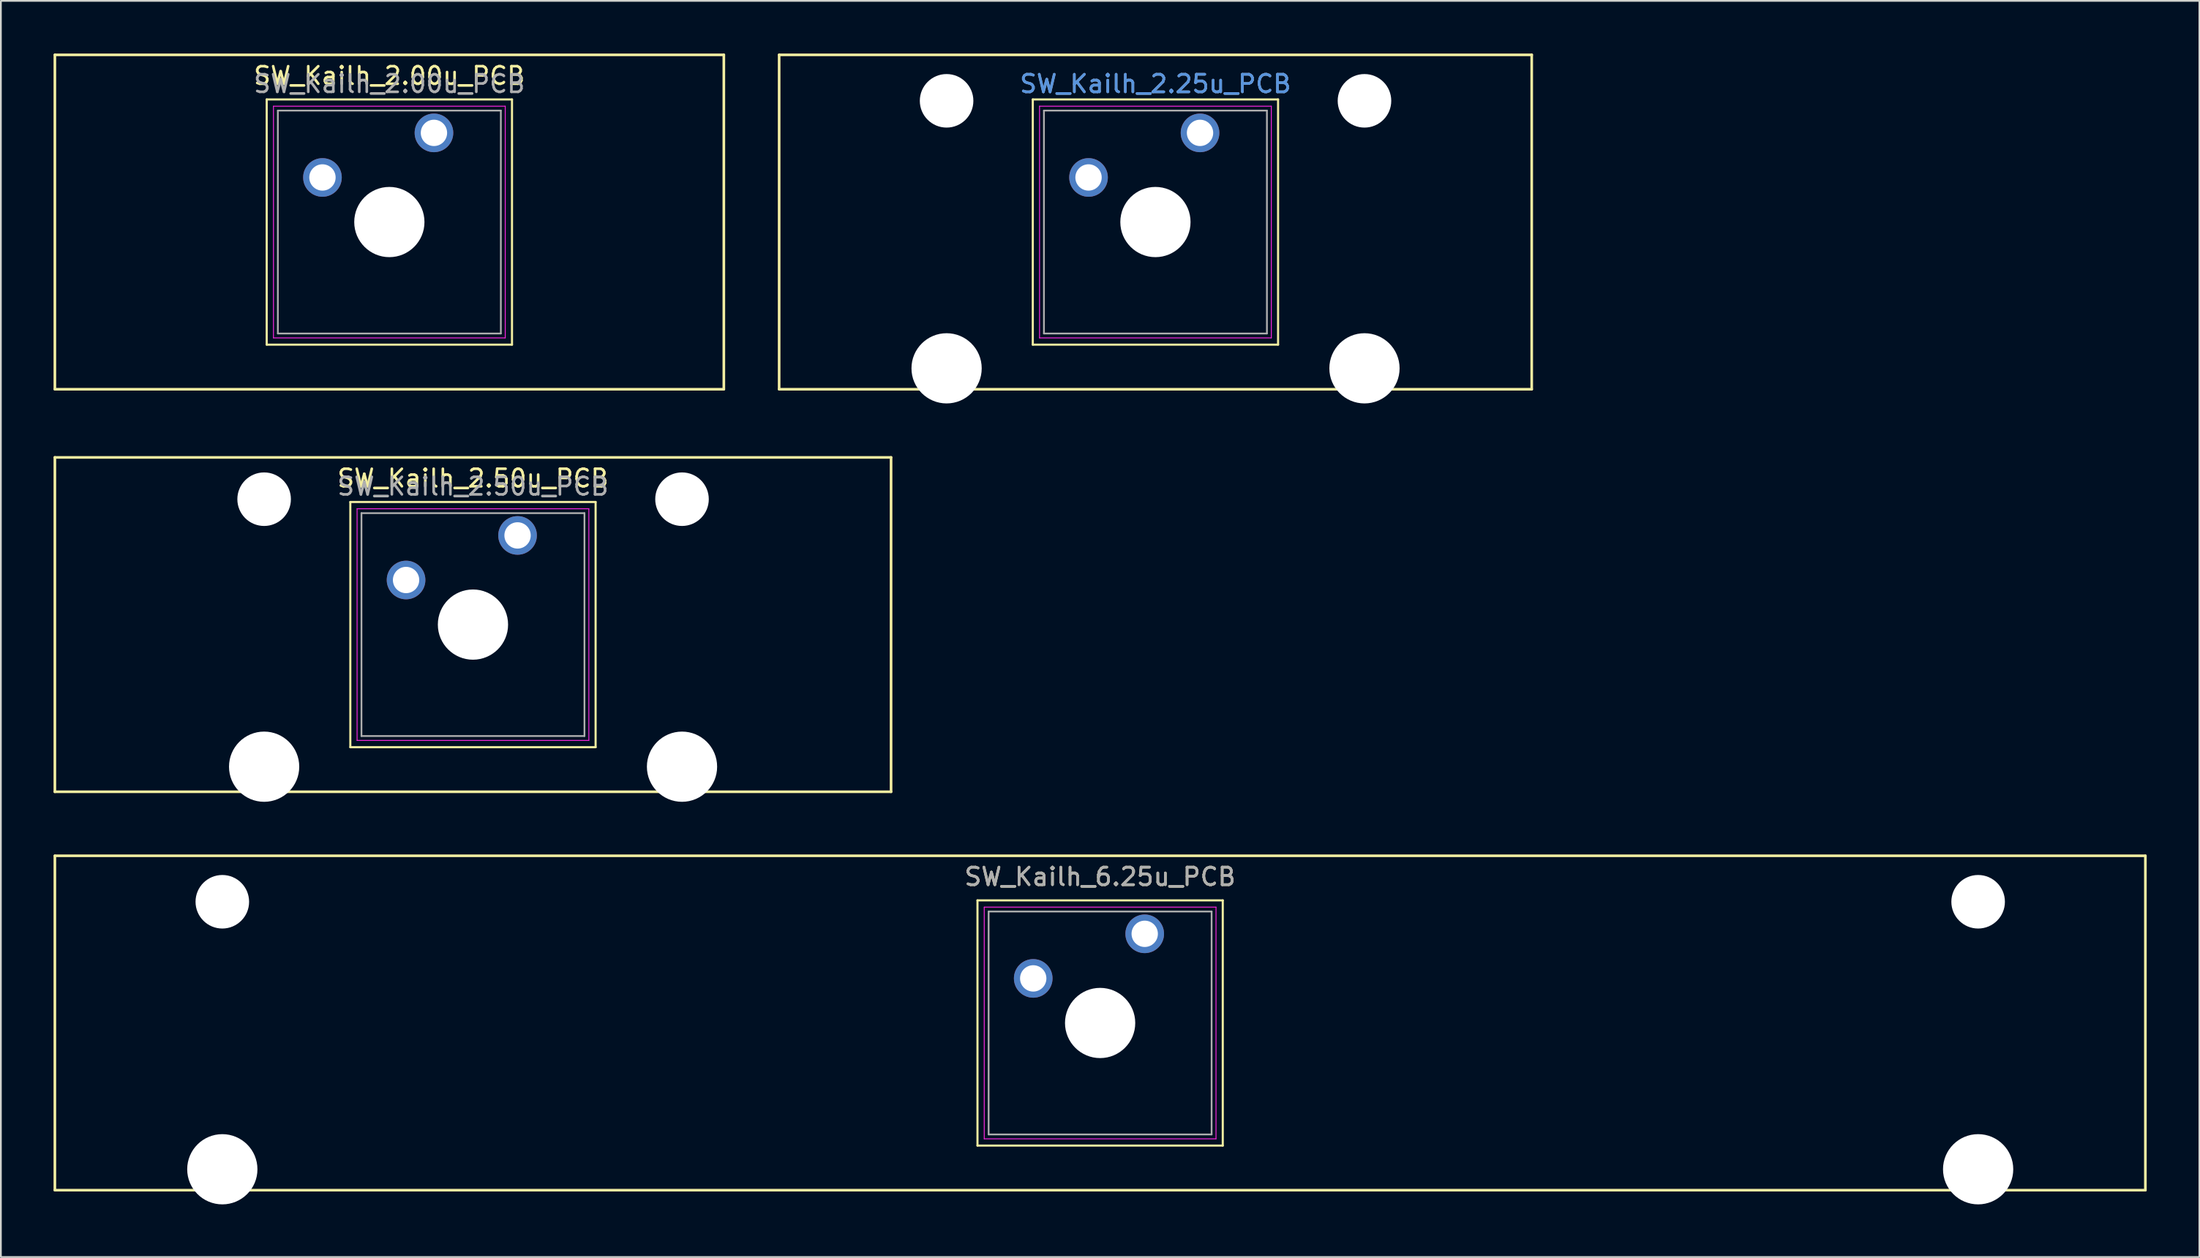
<source format=kicad_pcb>
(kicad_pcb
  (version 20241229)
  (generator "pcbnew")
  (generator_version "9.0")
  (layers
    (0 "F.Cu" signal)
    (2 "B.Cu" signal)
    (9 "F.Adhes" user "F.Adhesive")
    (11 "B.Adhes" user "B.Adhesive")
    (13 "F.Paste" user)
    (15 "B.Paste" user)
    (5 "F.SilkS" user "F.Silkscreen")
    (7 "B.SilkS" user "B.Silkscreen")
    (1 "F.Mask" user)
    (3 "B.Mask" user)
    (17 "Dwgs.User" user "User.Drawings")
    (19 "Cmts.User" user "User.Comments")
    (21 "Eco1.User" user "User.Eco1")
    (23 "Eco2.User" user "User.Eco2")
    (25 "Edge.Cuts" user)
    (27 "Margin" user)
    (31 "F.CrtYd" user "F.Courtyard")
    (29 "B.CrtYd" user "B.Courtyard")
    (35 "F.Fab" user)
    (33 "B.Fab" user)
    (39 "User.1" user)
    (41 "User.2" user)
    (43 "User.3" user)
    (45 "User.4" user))
  (footprint "SW_Kailh_6.25u_PCB"
    (layer "F.Cu")
    (at 59.606 55.231)
    (property "Reference" "SW_Kailh_6.25u_PCB" (at 0 -8.334 0) (unlocked yes) (layer "F.SilkS") (effects (font (size 1 1) (thickness 0.15))))
    (attr through_hole)
    (fp_line (start -59.531 -9.525) (end 59.531 -9.525) (stroke (width 0.15) (type solid)) (layer "F.SilkS"))
    (fp_line (start -59.531 9.525) (end -59.531 -9.525) (stroke (width 0.15) (type solid)) (layer "F.SilkS"))
    (fp_line (start -59.531 9.525) (end 59.531 9.525) (stroke (width 0.15) (type solid)) (layer "F.SilkS"))
    (fp_line (start -6.985 -6.985) (end 6.985 -6.985) (stroke (width 0.12) (type solid)) (layer "F.SilkS"))
    (fp_line (start -6.985 6.985) (end -6.985 -6.985) (stroke (width 0.12) (type solid)) (layer "F.SilkS"))
    (fp_line (start 6.985 -6.985) (end 6.985 6.985) (stroke (width 0.12) (type solid)) (layer "F.SilkS"))
    (fp_line (start 6.985 6.985) (end -6.985 6.985) (stroke (width 0.12) (type solid)) (layer "F.SilkS"))
    (fp_line (start 59.531 -9.525) (end 59.531 9.525) (stroke (width 0.15) (type solid)) (layer "F.SilkS"))
    (fp_line (start -6.6 -6.6) (end 6.6 -6.6) (stroke (width 0.05) (type solid)) (layer "F.CrtYd"))
    (fp_line (start -6.6 6.6) (end -6.6 -6.6) (stroke (width 0.05) (type solid)) (layer "F.CrtYd"))
    (fp_line (start 6.6 -6.6) (end 6.6 6.6) (stroke (width 0.05) (type solid)) (layer "F.CrtYd"))
    (fp_line (start 6.6 6.6) (end -6.6 6.6) (stroke (width 0.05) (type solid)) (layer "F.CrtYd"))
    (fp_line (start -6.35 -6.35) (end 6.35 -6.35) (stroke (width 0.1) (type solid)) (layer "F.Fab"))
    (fp_line (start -6.35 6.35) (end -6.35 -6.35) (stroke (width 0.1) (type solid)) (layer "F.Fab"))
    (fp_line (start 6.35 -6.35) (end 6.35 6.35) (stroke (width 0.1) (type solid)) (layer "F.Fab"))
    (fp_line (start 6.35 6.35) (end -6.35 6.35) (stroke (width 0.1) (type solid)) (layer "F.Fab"))
    (fp_text user "${REFERENCE}" (at 0 -8.334 0) (unlocked yes) (layer "F.Fab") (effects (font (size 1 1) (thickness 0.15))))
    (pad "" np_thru_hole circle (at -49.994 -6.906) (size 3.05 3.05) (drill 3.05) (layers "*.Cu" "*.Mask"))
    (pad "" np_thru_hole circle (at -49.994 8.334) (size 4 4) (drill 4) (layers "*.Cu" "*.Mask"))
    (pad "" np_thru_hole circle (at 0 0) (size 4 4) (drill 4) (layers "*.Cu" "*.Mask"))
    (pad "" np_thru_hole circle (at 50.006 -6.906) (size 3.05 3.05) (drill 3.05) (layers "*.Cu" "*.Mask"))
    (pad "" np_thru_hole circle (at 50.006 8.334) (size 4 4) (drill 4) (layers "*.Cu" "*.Mask"))
    (pad "1" thru_hole circle (at 2.54 -5.08) (size 2.2 2.2) (drill 1.5) (layers "*.Cu" "*.Mask"))
    (pad "2" thru_hole circle (at -3.81 -2.54) (size 2.2 2.2) (drill 1.5) (layers "*.Cu" "*.Mask")))
  (footprint "SW_Kailh_2.50u_PCB"
    (layer "F.Cu")
    (at 23.887 32.534)
    (property "Reference" "SW_Kailh_2.50u_PCB" (at 0 -8.334 0) (unlocked yes) (layer "F.SilkS") (effects (font (size 1 1) (thickness 0.15))))
    (attr through_hole)
    (fp_line (start -23.812 -9.525) (end 23.812 -9.525) (stroke (width 0.15) (type solid)) (layer "F.SilkS"))
    (fp_line (start -23.812 9.525) (end -23.812 -9.525) (stroke (width 0.15) (type solid)) (layer "F.SilkS"))
    (fp_line (start -6.985 -6.985) (end 6.985 -6.985) (stroke (width 0.12) (type solid)) (layer "F.SilkS"))
    (fp_line (start -6.985 6.985) (end -6.985 -6.985) (stroke (width 0.12) (type solid)) (layer "F.SilkS"))
    (fp_line (start 6.985 -6.985) (end 6.985 6.985) (stroke (width 0.12) (type solid)) (layer "F.SilkS"))
    (fp_line (start 6.985 6.985) (end -6.985 6.985) (stroke (width 0.12) (type solid)) (layer "F.SilkS"))
    (fp_line (start 23.812 -9.525) (end 23.812 9.525) (stroke (width 0.15) (type solid)) (layer "F.SilkS"))
    (fp_line (start 23.812 9.525) (end -23.812 9.525) (stroke (width 0.15) (type solid)) (layer "F.SilkS"))
    (fp_line (start -6.6 -6.6) (end 6.6 -6.6) (stroke (width 0.05) (type solid)) (layer "F.CrtYd"))
    (fp_line (start -6.6 6.6) (end -6.6 -6.6) (stroke (width 0.05) (type solid)) (layer "F.CrtYd"))
    (fp_line (start 6.6 -6.6) (end 6.6 6.6) (stroke (width 0.05) (type solid)) (layer "F.CrtYd"))
    (fp_line (start 6.6 6.6) (end -6.6 6.6) (stroke (width 0.05) (type solid)) (layer "F.CrtYd"))
    (fp_line (start -6.35 -6.35) (end 6.35 -6.35) (stroke (width 0.1) (type solid)) (layer "F.Fab"))
    (fp_line (start -6.35 6.35) (end -6.35 -6.35) (stroke (width 0.1) (type solid)) (layer "F.Fab"))
    (fp_line (start 6.35 -6.35) (end 6.35 6.35) (stroke (width 0.1) (type solid)) (layer "F.Fab"))
    (fp_line (start 6.35 6.35) (end -6.35 6.35) (stroke (width 0.1) (type solid)) (layer "F.Fab"))
    (fp_text user "${REFERENCE}" (at 0 -7.874 0) (layer "F.Fab") (effects (font (size 1 1) (thickness 0.15))))
    (pad "" np_thru_hole circle (at -11.894 -7.144) (size 3.05 3.05) (drill 3.05) (layers "*.Cu" "*.Mask"))
    (pad "" np_thru_hole circle (at -11.894 8.096) (size 4 4) (drill 4) (layers "*.Cu" "*.Mask"))
    (pad "" np_thru_hole circle (at 0 0) (size 4 4) (drill 4) (layers "*.Cu" "*.Mask"))
    (pad "" np_thru_hole circle (at 11.906 -7.144) (size 3.05 3.05) (drill 3.05) (layers "*.Cu" "*.Mask"))
    (pad "" np_thru_hole circle (at 11.906 8.096) (size 4 4) (drill 4) (layers "*.Cu" "*.Mask"))
    (pad "1" thru_hole circle (at 2.54 -5.08) (size 2.2 2.2) (drill 1.5) (layers "*.Cu" "*.Mask"))
    (pad "2" thru_hole circle (at -3.81 -2.54) (size 2.2 2.2) (drill 1.5) (layers "*.Cu" "*.Mask")))
  (footprint "SW_Kailh_2.25u_PCB"
    (layer "F.Cu")
    (at 62.756 9.6)
    (property "Reference" "SW_Kailh_2.25u_PCB" (at 0 -7.874 0) (layer "Cmts.User") (effects (font (size 1 1) (thickness 0.15))))
    (attr through_hole)
    (fp_line (start -21.431 -9.525) (end 21.431 -9.525) (stroke (width 0.15) (type solid)) (layer "F.SilkS"))
    (fp_line (start -21.431 9.525) (end -21.431 -9.525) (stroke (width 0.15) (type solid)) (layer "F.SilkS"))
    (fp_line (start -6.985 -6.985) (end 6.985 -6.985) (stroke (width 0.12) (type solid)) (layer "F.SilkS"))
    (fp_line (start -6.985 6.985) (end -6.985 -6.985) (stroke (width 0.12) (type solid)) (layer "F.SilkS"))
    (fp_line (start 6.985 -6.985) (end 6.985 6.985) (stroke (width 0.12) (type solid)) (layer "F.SilkS"))
    (fp_line (start 6.985 6.985) (end -6.985 6.985) (stroke (width 0.12) (type solid)) (layer "F.SilkS"))
    (fp_line (start 21.431 -9.525) (end 21.431 9.525) (stroke (width 0.15) (type solid)) (layer "F.SilkS"))
    (fp_line (start 21.431 9.525) (end -21.431 9.525) (stroke (width 0.15) (type solid)) (layer "F.SilkS"))
    (fp_line (start -6.6 -6.6) (end 6.6 -6.6) (stroke (width 0.05) (type solid)) (layer "F.CrtYd"))
    (fp_line (start -6.6 6.6) (end -6.6 -6.6) (stroke (width 0.05) (type solid)) (layer "F.CrtYd"))
    (fp_line (start 6.6 -6.6) (end 6.6 6.6) (stroke (width 0.05) (type solid)) (layer "F.CrtYd"))
    (fp_line (start 6.6 6.6) (end -6.6 6.6) (stroke (width 0.05) (type solid)) (layer "F.CrtYd"))
    (fp_line (start -6.35 -6.35) (end 6.35 -6.35) (stroke (width 0.1) (type solid)) (layer "F.Fab"))
    (fp_line (start -6.35 6.35) (end -6.35 -6.35) (stroke (width 0.1) (type solid)) (layer "F.Fab"))
    (fp_line (start 6.35 -6.35) (end 6.35 6.35) (stroke (width 0.1) (type solid)) (layer "F.Fab"))
    (fp_line (start 6.35 6.35) (end -6.35 6.35) (stroke (width 0.1) (type solid)) (layer "F.Fab"))
    (fp_text user "${REFERENCE}" (at 0 -7.874 0) (layer "F.Fab") (effects (font (size 1 1) (thickness 0.15))))
    (pad "" np_thru_hole circle (at -11.894 -6.906) (size 3.05 3.05) (drill 3.05) (layers "*.Cu" "*.Mask"))
    (pad "" np_thru_hole circle (at -11.894 8.334) (size 4 4) (drill 4) (layers "*.Cu" "*.Mask"))
    (pad "" np_thru_hole circle (at 0 0) (size 4 4) (drill 4) (layers "*.Cu" "*.Mask"))
    (pad "" np_thru_hole circle (at 11.906 -6.906) (size 3.05 3.05) (drill 3.05) (layers "*.Cu" "*.Mask"))
    (pad "" np_thru_hole circle (at 11.906 8.334) (size 4 4) (drill 4) (layers "*.Cu" "*.Mask"))
    (pad "1" thru_hole circle (at 2.54 -5.08) (size 2.2 2.2) (drill 1.5) (layers "*.Cu" "*.Mask"))
    (pad "2" thru_hole circle (at -3.81 -2.54) (size 2.2 2.2) (drill 1.5) (layers "*.Cu" "*.Mask")))
  (footprint "SW_Kailh_2.00u_PCB"
    (layer "F.Cu")
    (at 19.125 9.6)
    (property "Reference" "SW_Kailh_2.00u_PCB" (at 0 -8.334 0) (unlocked yes) (layer "F.SilkS") (effects (font (size 1 1) (thickness 0.15))))
    (attr through_hole)
    (fp_line (start -19.05 -9.525) (end 19.05 -9.525) (stroke (width 0.15) (type solid)) (layer "F.SilkS"))
    (fp_line (start -19.05 9.525) (end -19.05 -9.525) (stroke (width 0.15) (type solid)) (layer "F.SilkS"))
    (fp_line (start -6.985 -6.985) (end 6.985 -6.985) (stroke (width 0.12) (type solid)) (layer "F.SilkS"))
    (fp_line (start -6.985 6.985) (end -6.985 -6.985) (stroke (width 0.12) (type solid)) (layer "F.SilkS"))
    (fp_line (start 6.985 -6.985) (end 6.985 6.985) (stroke (width 0.12) (type solid)) (layer "F.SilkS"))
    (fp_line (start 6.985 6.985) (end -6.985 6.985) (stroke (width 0.12) (type solid)) (layer "F.SilkS"))
    (fp_line (start 19.05 -9.525) (end 19.05 9.525) (stroke (width 0.15) (type solid)) (layer "F.SilkS"))
    (fp_line (start 19.05 9.525) (end -19.05 9.525) (stroke (width 0.15) (type solid)) (layer "F.SilkS"))
    (fp_line (start -6.6 -6.6) (end 6.6 -6.6) (stroke (width 0.05) (type solid)) (layer "F.CrtYd"))
    (fp_line (start -6.6 6.6) (end -6.6 -6.6) (stroke (width 0.05) (type solid)) (layer "F.CrtYd"))
    (fp_line (start 6.6 -6.6) (end 6.6 6.6) (stroke (width 0.05) (type solid)) (layer "F.CrtYd"))
    (fp_line (start 6.6 6.6) (end -6.6 6.6) (stroke (width 0.05) (type solid)) (layer "F.CrtYd"))
    (fp_line (start -6.35 -6.35) (end 6.35 -6.35) (stroke (width 0.1) (type solid)) (layer "F.Fab"))
    (fp_line (start -6.35 6.35) (end -6.35 -6.35) (stroke (width 0.1) (type solid)) (layer "F.Fab"))
    (fp_line (start 6.35 -6.35) (end 6.35 6.35) (stroke (width 0.1) (type solid)) (layer "F.Fab"))
    (fp_line (start 6.35 6.35) (end -6.35 6.35) (stroke (width 0.1) (type solid)) (layer "F.Fab"))
    (fp_text user "${REFERENCE}" (at 0 -7.874 0) (layer "F.Fab") (effects (font (size 1 1) (thickness 0.15))))
    (pad "" np_thru_hole circle (at 0 0) (size 4 4) (drill 4) (layers "*.Cu" "*.Mask"))
    (pad "1" thru_hole circle (at 2.54 -5.08) (size 2.2 2.2) (drill 1.5) (layers "*.Cu" "*.Mask"))
    (pad "2" thru_hole circle (at -3.81 -2.54) (size 2.2 2.2) (drill 1.5) (layers "*.Cu" "*.Mask")))
  (gr_rect
    (start -3 -3)
    (end 122.213 68.565)
    (stroke (width 0.1) (type default))
    (fill no)
    (layer "Edge.Cuts")))
</source>
